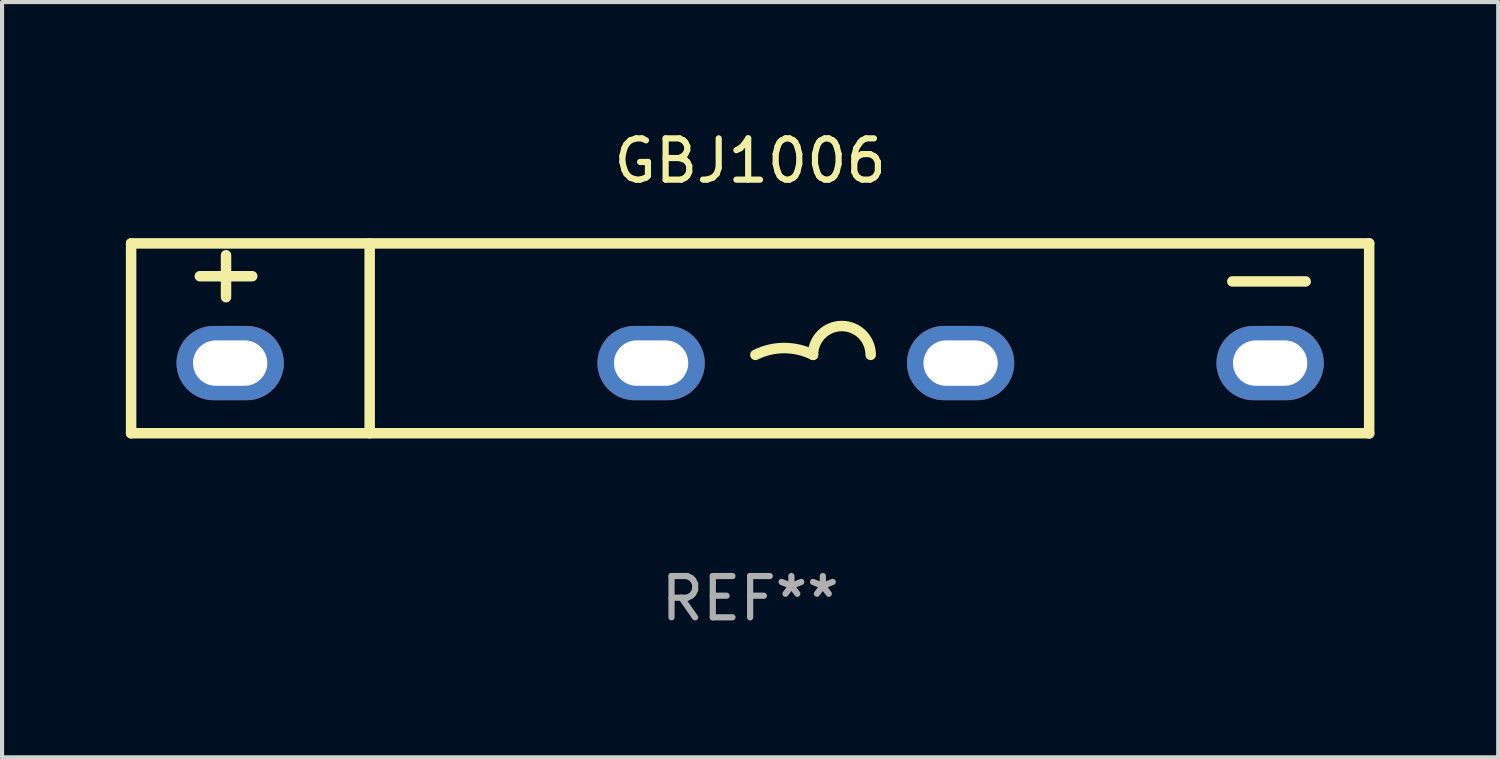
<source format=kicad_pcb>
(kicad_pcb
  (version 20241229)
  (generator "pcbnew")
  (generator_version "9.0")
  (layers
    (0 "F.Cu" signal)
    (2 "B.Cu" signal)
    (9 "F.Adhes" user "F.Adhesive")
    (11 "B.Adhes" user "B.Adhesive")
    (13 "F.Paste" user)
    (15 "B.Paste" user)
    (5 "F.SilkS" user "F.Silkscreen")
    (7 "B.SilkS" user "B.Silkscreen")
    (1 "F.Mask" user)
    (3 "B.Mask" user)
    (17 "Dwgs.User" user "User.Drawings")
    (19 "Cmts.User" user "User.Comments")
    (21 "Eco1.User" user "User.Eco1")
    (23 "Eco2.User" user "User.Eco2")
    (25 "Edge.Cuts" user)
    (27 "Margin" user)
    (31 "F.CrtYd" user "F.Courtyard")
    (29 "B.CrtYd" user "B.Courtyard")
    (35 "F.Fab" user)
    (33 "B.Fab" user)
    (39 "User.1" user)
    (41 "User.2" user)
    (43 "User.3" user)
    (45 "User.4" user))
  (footprint "GBJ1006"
    (layer "F.Cu")
    (at 15.127 5.151)
    (property "Reference" "GBJ1006" (at 0 -4.303 0) (layer "F.SilkS") (effects (font (size 1 1) (thickness 0.15))))
    (attr through_hole)
    (fp_line (start -15 -2.303) (end -15 2.297) (stroke (width 0.254) (type solid)) (layer "F.SilkS"))
    (fp_line (start -15 -2.303) (end 15 -2.303) (stroke (width 0.254) (type solid)) (layer "F.SilkS"))
    (fp_line (start -15 2.297) (end 15 2.297) (stroke (width 0.254) (type solid)) (layer "F.SilkS"))
    (fp_line (start -13.335 -1.508) (end -12.065 -1.508) (stroke (width 0.254) (type solid)) (layer "F.SilkS"))
    (fp_line (start -12.7 -1) (end -12.7 -2.016) (stroke (width 0.254) (type solid)) (layer "F.SilkS"))
    (fp_line (start -9.219 -2.303) (end -9.219 2.297) (stroke (width 0.254) (type solid)) (layer "F.SilkS"))
    (fp_line (start 11.684 -1.381) (end 13.462 -1.381) (stroke (width 0.254) (type solid)) (layer "F.SilkS"))
    (fp_line (start 15 -2.303) (end 15 2.303) (stroke (width 0.254) (type solid)) (layer "F.SilkS"))
    (fp_arc (start 0.127 0.397498) (mid 0.825502 0.232604) (end 1.524003 0.397498) (stroke (width 0.254001) (type solid)) (layer "F.SilkS"))
    (fp_arc (start 1.524002 0.397498) (mid 2.222504 -0.301004) (end 2.921006 0.397498) (stroke (width 0.254001) (type solid)) (layer "F.SilkS"))
    (fp_circle (center -15 -2.27) (end -14.97 -2.27) (stroke (width 0.06) (type solid)) (fill no) (layer "F.SilkS"))
    (fp_text user "REF**" (at 0 6.303 0) (layer "F.Fab") (effects (font (size 1 1) (thickness 0.15))))
    (pad "1" thru_hole oval (at -12.6 0.597 90) (size 1.8 2.6) (drill oval 1.1 1.8) (layers "*.Cu" "*.Mask"))
    (pad "2" thru_hole oval (at -2.4 0.597 90) (size 1.8 2.6) (drill oval 1.1 1.8) (layers "*.Cu" "*.Mask"))
    (pad "3" thru_hole oval (at 5.1 0.597 90) (size 1.8 2.6) (drill oval 1.1 1.8) (layers "*.Cu" "*.Mask"))
    (pad "4" thru_hole oval (at 12.6 0.597 90) (size 1.8 2.6) (drill oval 1.1 1.8) (layers "*.Cu" "*.Mask")))
  (gr_rect
    (start -3 -3)
    (end 33.254 15.302)
    (stroke (width 0.1) (type default))
    (fill no)
    (layer "Edge.Cuts")))
</source>
